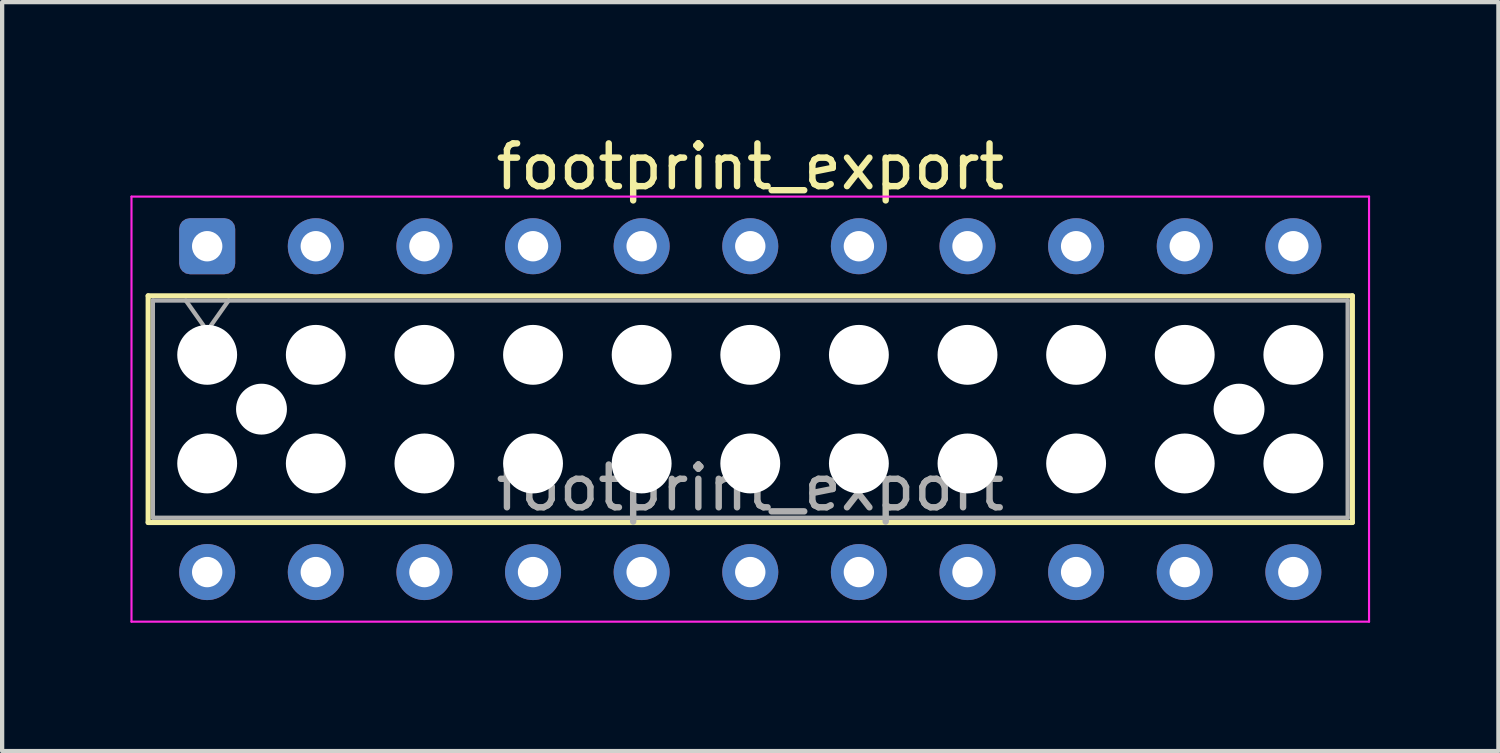
<source format=kicad_pcb>
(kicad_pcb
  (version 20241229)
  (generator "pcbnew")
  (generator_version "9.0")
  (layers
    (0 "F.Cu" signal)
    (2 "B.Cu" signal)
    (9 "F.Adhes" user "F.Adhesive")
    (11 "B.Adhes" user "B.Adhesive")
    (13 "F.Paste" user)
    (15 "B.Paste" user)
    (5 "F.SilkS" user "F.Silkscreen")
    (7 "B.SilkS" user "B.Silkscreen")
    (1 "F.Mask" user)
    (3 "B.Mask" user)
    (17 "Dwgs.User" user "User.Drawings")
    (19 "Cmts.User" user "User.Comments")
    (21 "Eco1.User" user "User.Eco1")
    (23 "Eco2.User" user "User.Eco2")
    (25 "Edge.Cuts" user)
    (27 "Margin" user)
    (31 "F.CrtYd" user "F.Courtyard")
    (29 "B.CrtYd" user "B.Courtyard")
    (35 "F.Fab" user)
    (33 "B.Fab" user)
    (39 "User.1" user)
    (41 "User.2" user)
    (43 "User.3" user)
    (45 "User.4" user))
  (footprint "footprint_export"
    (layer "F.Cu")
    (at 1.795 2.708)
    (property "Reference" "footprint_export" (at 12.7 -1.86 0) (layer "F.SilkS") (effects (font (size 1 1) (thickness 0.15))))
    (attr through_hole)
    (fp_line (start -1.38 1.16) (end 26.78 1.16) (stroke (width 0.12) (type solid)) (layer "F.SilkS"))
    (fp_line (start -1.38 6.46) (end -1.38 1.16) (stroke (width 0.12) (type solid)) (layer "F.SilkS"))
    (fp_line (start 26.78 1.16) (end 26.78 6.46) (stroke (width 0.12) (type solid)) (layer "F.SilkS"))
    (fp_line (start 26.78 6.46) (end -1.38 6.46) (stroke (width 0.12) (type solid)) (layer "F.SilkS"))
    (fp_line (start -1.77 -1.16) (end 27.17 -1.16) (stroke (width 0.05) (type solid)) (layer "F.CrtYd"))
    (fp_line (start -1.77 8.78) (end -1.77 -1.16) (stroke (width 0.05) (type solid)) (layer "F.CrtYd"))
    (fp_line (start 27.17 -1.16) (end 27.17 8.78) (stroke (width 0.05) (type solid)) (layer "F.CrtYd"))
    (fp_line (start 27.17 8.78) (end -1.77 8.78) (stroke (width 0.05) (type solid)) (layer "F.CrtYd"))
    (fp_line (start -1.27 1.27) (end 26.67 1.27) (stroke (width 0.1) (type solid)) (layer "F.Fab"))
    (fp_line (start -1.27 6.35) (end -1.27 1.27) (stroke (width 0.1) (type solid)) (layer "F.Fab"))
    (fp_line (start -0.5 1.27) (end 0 1.977) (stroke (width 0.1) (type solid)) (layer "F.Fab"))
    (fp_line (start 0 1.977) (end 0.5 1.27) (stroke (width 0.1) (type solid)) (layer "F.Fab"))
    (fp_line (start 26.67 1.27) (end 26.67 6.35) (stroke (width 0.1) (type solid)) (layer "F.Fab"))
    (fp_line (start 26.67 6.35) (end -1.27 6.35) (stroke (width 0.1) (type solid)) (layer "F.Fab"))
    (fp_text user "${REFERENCE}" (at 12.7 5.65 0) (layer "F.Fab") (effects (font (size 1 1) (thickness 0.15))))
    (pad "" np_thru_hole circle (at 0 2.54) (size 1.4 1.4) (drill 1.4) (layers "*.Cu" "*.Mask"))
    (pad "" np_thru_hole circle (at 0 5.08) (size 1.4 1.4) (drill 1.4) (layers "*.Cu" "*.Mask"))
    (pad "" np_thru_hole circle (at 1.27 3.81) (size 1.19 1.19) (drill 1.19) (layers "*.Cu" "*.Mask"))
    (pad "" np_thru_hole circle (at 2.54 2.54) (size 1.4 1.4) (drill 1.4) (layers "*.Cu" "*.Mask"))
    (pad "" np_thru_hole circle (at 2.54 5.08) (size 1.4 1.4) (drill 1.4) (layers "*.Cu" "*.Mask"))
    (pad "" np_thru_hole circle (at 5.08 2.54) (size 1.4 1.4) (drill 1.4) (layers "*.Cu" "*.Mask"))
    (pad "" np_thru_hole circle (at 5.08 5.08) (size 1.4 1.4) (drill 1.4) (layers "*.Cu" "*.Mask"))
    (pad "" np_thru_hole circle (at 7.62 2.54) (size 1.4 1.4) (drill 1.4) (layers "*.Cu" "*.Mask"))
    (pad "" np_thru_hole circle (at 7.62 5.08) (size 1.4 1.4) (drill 1.4) (layers "*.Cu" "*.Mask"))
    (pad "" np_thru_hole circle (at 10.16 2.54) (size 1.4 1.4) (drill 1.4) (layers "*.Cu" "*.Mask"))
    (pad "" np_thru_hole circle (at 10.16 5.08) (size 1.4 1.4) (drill 1.4) (layers "*.Cu" "*.Mask"))
    (pad "" np_thru_hole circle (at 12.7 2.54) (size 1.4 1.4) (drill 1.4) (layers "*.Cu" "*.Mask"))
    (pad "" np_thru_hole circle (at 12.7 5.08) (size 1.4 1.4) (drill 1.4) (layers "*.Cu" "*.Mask"))
    (pad "" np_thru_hole circle (at 15.24 2.54) (size 1.4 1.4) (drill 1.4) (layers "*.Cu" "*.Mask"))
    (pad "" np_thru_hole circle (at 15.24 5.08) (size 1.4 1.4) (drill 1.4) (layers "*.Cu" "*.Mask"))
    (pad "" np_thru_hole circle (at 17.78 2.54) (size 1.4 1.4) (drill 1.4) (layers "*.Cu" "*.Mask"))
    (pad "" np_thru_hole circle (at 17.78 5.08) (size 1.4 1.4) (drill 1.4) (layers "*.Cu" "*.Mask"))
    (pad "" np_thru_hole circle (at 20.32 2.54) (size 1.4 1.4) (drill 1.4) (layers "*.Cu" "*.Mask"))
    (pad "" np_thru_hole circle (at 20.32 5.08) (size 1.4 1.4) (drill 1.4) (layers "*.Cu" "*.Mask"))
    (pad "" np_thru_hole circle (at 22.86 2.54) (size 1.4 1.4) (drill 1.4) (layers "*.Cu" "*.Mask"))
    (pad "" np_thru_hole circle (at 22.86 5.08) (size 1.4 1.4) (drill 1.4) (layers "*.Cu" "*.Mask"))
    (pad "" np_thru_hole circle (at 24.13 3.81) (size 1.19 1.19) (drill 1.19) (layers "*.Cu" "*.Mask"))
    (pad "" np_thru_hole circle (at 25.4 2.54) (size 1.4 1.4) (drill 1.4) (layers "*.Cu" "*.Mask"))
    (pad "" np_thru_hole circle (at 25.4 5.08) (size 1.4 1.4) (drill 1.4) (layers "*.Cu" "*.Mask"))
    (pad "1" thru_hole roundrect (at 0 0) (size 1.31 1.31) (drill 0.71) (layers "*.Cu" "*.Mask") (roundrect_rratio 0.191))
    (pad "2" thru_hole circle (at 0 7.62) (size 1.31 1.31) (drill 0.71) (layers "*.Cu" "*.Mask"))
    (pad "3" thru_hole circle (at 2.54 0) (size 1.31 1.31) (drill 0.71) (layers "*.Cu" "*.Mask"))
    (pad "4" thru_hole circle (at 2.54 7.62) (size 1.31 1.31) (drill 0.71) (layers "*.Cu" "*.Mask"))
    (pad "5" thru_hole circle (at 5.08 0) (size 1.31 1.31) (drill 0.71) (layers "*.Cu" "*.Mask"))
    (pad "6" thru_hole circle (at 5.08 7.62) (size 1.31 1.31) (drill 0.71) (layers "*.Cu" "*.Mask"))
    (pad "7" thru_hole circle (at 7.62 0) (size 1.31 1.31) (drill 0.71) (layers "*.Cu" "*.Mask"))
    (pad "8" thru_hole circle (at 7.62 7.62) (size 1.31 1.31) (drill 0.71) (layers "*.Cu" "*.Mask"))
    (pad "9" thru_hole circle (at 10.16 0) (size 1.31 1.31) (drill 0.71) (layers "*.Cu" "*.Mask"))
    (pad "10" thru_hole circle (at 10.16 7.62) (size 1.31 1.31) (drill 0.71) (layers "*.Cu" "*.Mask"))
    (pad "11" thru_hole circle (at 12.7 0) (size 1.31 1.31) (drill 0.71) (layers "*.Cu" "*.Mask"))
    (pad "12" thru_hole circle (at 12.7 7.62) (size 1.31 1.31) (drill 0.71) (layers "*.Cu" "*.Mask"))
    (pad "13" thru_hole circle (at 15.24 0) (size 1.31 1.31) (drill 0.71) (layers "*.Cu" "*.Mask"))
    (pad "14" thru_hole circle (at 15.24 7.62) (size 1.31 1.31) (drill 0.71) (layers "*.Cu" "*.Mask"))
    (pad "15" thru_hole circle (at 17.78 0) (size 1.31 1.31) (drill 0.71) (layers "*.Cu" "*.Mask"))
    (pad "16" thru_hole circle (at 17.78 7.62) (size 1.31 1.31) (drill 0.71) (layers "*.Cu" "*.Mask"))
    (pad "17" thru_hole circle (at 20.32 0) (size 1.31 1.31) (drill 0.71) (layers "*.Cu" "*.Mask"))
    (pad "18" thru_hole circle (at 20.32 7.62) (size 1.31 1.31) (drill 0.71) (layers "*.Cu" "*.Mask"))
    (pad "19" thru_hole circle (at 22.86 0) (size 1.31 1.31) (drill 0.71) (layers "*.Cu" "*.Mask"))
    (pad "20" thru_hole circle (at 22.86 7.62) (size 1.31 1.31) (drill 0.71) (layers "*.Cu" "*.Mask"))
    (pad "21" thru_hole circle (at 25.4 0) (size 1.31 1.31) (drill 0.71) (layers "*.Cu" "*.Mask"))
    (pad "22" thru_hole circle (at 25.4 7.62) (size 1.31 1.31) (drill 0.71) (layers "*.Cu" "*.Mask")))
  (gr_rect
    (start -3 -3)
    (end 31.99 14.513)
    (stroke (width 0.1) (type default))
    (fill no)
    (layer "Edge.Cuts")))
</source>
